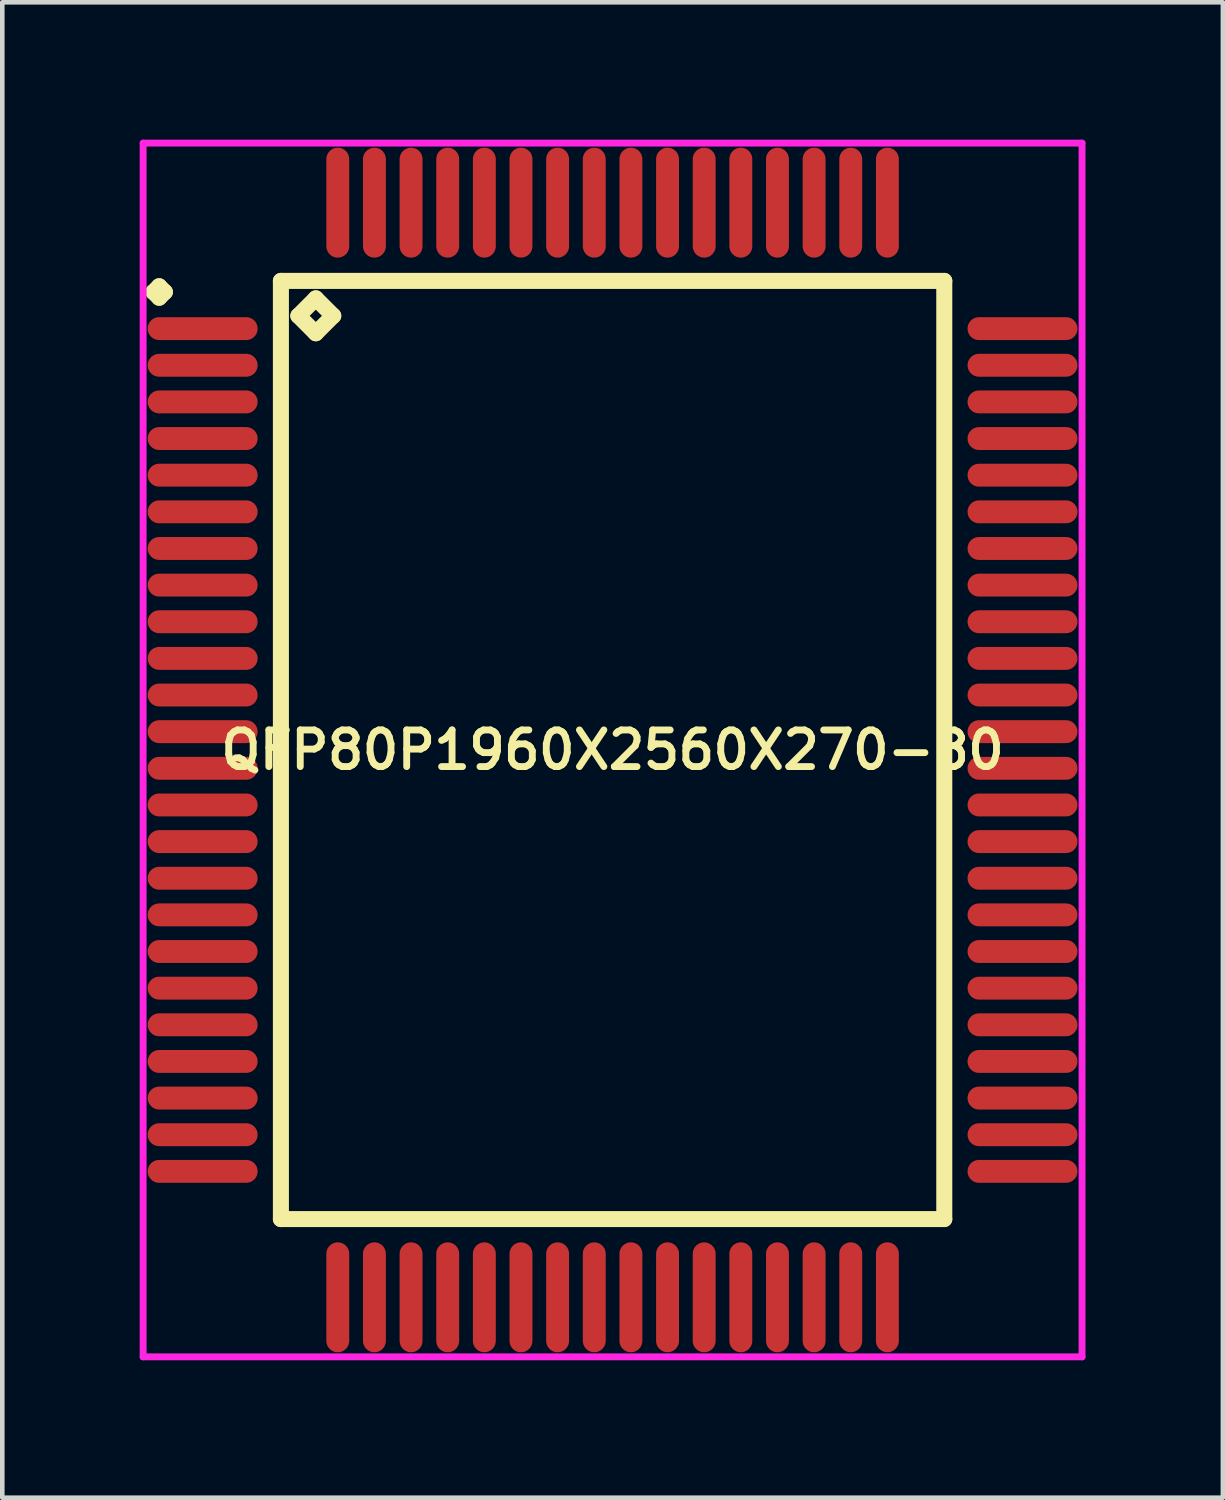
<source format=kicad_pcb>
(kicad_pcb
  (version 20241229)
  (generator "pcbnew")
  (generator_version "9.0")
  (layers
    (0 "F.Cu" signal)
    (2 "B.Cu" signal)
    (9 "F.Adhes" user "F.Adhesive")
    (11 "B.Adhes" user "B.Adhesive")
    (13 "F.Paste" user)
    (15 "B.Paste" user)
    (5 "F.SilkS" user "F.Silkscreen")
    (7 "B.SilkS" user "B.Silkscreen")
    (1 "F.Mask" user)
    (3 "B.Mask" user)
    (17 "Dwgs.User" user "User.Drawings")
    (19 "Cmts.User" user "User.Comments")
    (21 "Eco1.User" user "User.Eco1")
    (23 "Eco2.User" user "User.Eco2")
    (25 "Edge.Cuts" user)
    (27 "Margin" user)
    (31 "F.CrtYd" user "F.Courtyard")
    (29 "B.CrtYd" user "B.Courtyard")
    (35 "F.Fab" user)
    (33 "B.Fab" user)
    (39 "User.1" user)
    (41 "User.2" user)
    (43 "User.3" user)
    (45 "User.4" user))
  (footprint "QFP80P1960X2560X270-80"
    (layer "F.Cu")
    (at 10.325 13.325)
    (property "Reference" "QFP80P1960X2560X270-80" (at 0 0 0) (layer "F.SilkS") (effects (font (size 0.8 0.8) (thickness 0.15))))
    (attr through_hole)
    (fp_line (start -10.025 -10) (end -9.9 -10.125) (stroke (width 0.35) (type solid)) (layer "F.SilkS"))
    (fp_line (start -9.9 -10.125) (end -9.775 -10) (stroke (width 0.35) (type solid)) (layer "F.SilkS"))
    (fp_line (start -9.9 -9.875) (end -10.025 -10) (stroke (width 0.35) (type solid)) (layer "F.SilkS"))
    (fp_line (start -9.775 -10) (end -9.9 -9.875) (stroke (width 0.35) (type solid)) (layer "F.SilkS"))
    (fp_line (start -7.242 -10.242) (end -7.242 10.242) (stroke (width 0.35) (type solid)) (layer "F.SilkS"))
    (fp_line (start -7.242 10.242) (end 7.242 10.242) (stroke (width 0.35) (type solid)) (layer "F.SilkS"))
    (fp_line (start -6.861 -9.48) (end -6.48 -9.861) (stroke (width 0.35) (type solid)) (layer "F.SilkS"))
    (fp_line (start -6.48 -9.861) (end -6.099 -9.48) (stroke (width 0.35) (type solid)) (layer "F.SilkS"))
    (fp_line (start -6.48 -9.099) (end -6.861 -9.48) (stroke (width 0.35) (type solid)) (layer "F.SilkS"))
    (fp_line (start -6.099 -9.48) (end -6.48 -9.099) (stroke (width 0.35) (type solid)) (layer "F.SilkS"))
    (fp_line (start 7.242 -10.242) (end -7.242 -10.242) (stroke (width 0.35) (type solid)) (layer "F.SilkS"))
    (fp_line (start 7.242 10.242) (end 7.242 -10.242) (stroke (width 0.35) (type solid)) (layer "F.SilkS"))
    (fp_line (start -10.25 -13.25) (end 10.25 -13.25) (stroke (width 0.15) (type solid)) (layer "F.CrtYd"))
    (fp_line (start -10.25 13.25) (end -10.25 -13.25) (stroke (width 0.15) (type solid)) (layer "F.CrtYd"))
    (fp_line (start 10.25 -13.25) (end 10.25 13.25) (stroke (width 0.15) (type solid)) (layer "F.CrtYd"))
    (fp_line (start 10.25 13.25) (end -10.25 13.25) (stroke (width 0.15) (type solid)) (layer "F.CrtYd"))
    (pad "1" smd oval (at -8.95 -9.2) (size 2.4 0.5) (layers "F.Cu" "F.Mask" "F.Paste"))
    (pad "2" smd oval (at -8.95 -8.4) (size 2.4 0.5) (layers "F.Cu" "F.Mask" "F.Paste"))
    (pad "3" smd oval (at -8.95 -7.6) (size 2.4 0.5) (layers "F.Cu" "F.Mask" "F.Paste"))
    (pad "4" smd oval (at -8.95 -6.8) (size 2.4 0.5) (layers "F.Cu" "F.Mask" "F.Paste"))
    (pad "5" smd oval (at -8.95 -6) (size 2.4 0.5) (layers "F.Cu" "F.Mask" "F.Paste"))
    (pad "6" smd oval (at -8.95 -5.2) (size 2.4 0.5) (layers "F.Cu" "F.Mask" "F.Paste"))
    (pad "7" smd oval (at -8.95 -4.4) (size 2.4 0.5) (layers "F.Cu" "F.Mask" "F.Paste"))
    (pad "8" smd oval (at -8.95 -3.6) (size 2.4 0.5) (layers "F.Cu" "F.Mask" "F.Paste"))
    (pad "9" smd oval (at -8.95 -2.8) (size 2.4 0.5) (layers "F.Cu" "F.Mask" "F.Paste"))
    (pad "10" smd oval (at -8.95 -2) (size 2.4 0.5) (layers "F.Cu" "F.Mask" "F.Paste"))
    (pad "11" smd oval (at -8.95 -1.2) (size 2.4 0.5) (layers "F.Cu" "F.Mask" "F.Paste"))
    (pad "12" smd oval (at -8.95 -0.4) (size 2.4 0.5) (layers "F.Cu" "F.Mask" "F.Paste"))
    (pad "13" smd oval (at -8.95 0.4) (size 2.4 0.5) (layers "F.Cu" "F.Mask" "F.Paste"))
    (pad "14" smd oval (at -8.95 1.2) (size 2.4 0.5) (layers "F.Cu" "F.Mask" "F.Paste"))
    (pad "15" smd oval (at -8.95 2) (size 2.4 0.5) (layers "F.Cu" "F.Mask" "F.Paste"))
    (pad "16" smd oval (at -8.95 2.8) (size 2.4 0.5) (layers "F.Cu" "F.Mask" "F.Paste"))
    (pad "17" smd oval (at -8.95 3.6) (size 2.4 0.5) (layers "F.Cu" "F.Mask" "F.Paste"))
    (pad "18" smd oval (at -8.95 4.4) (size 2.4 0.5) (layers "F.Cu" "F.Mask" "F.Paste"))
    (pad "19" smd oval (at -8.95 5.2) (size 2.4 0.5) (layers "F.Cu" "F.Mask" "F.Paste"))
    (pad "20" smd oval (at -8.95 6) (size 2.4 0.5) (layers "F.Cu" "F.Mask" "F.Paste"))
    (pad "21" smd oval (at -8.95 6.8) (size 2.4 0.5) (layers "F.Cu" "F.Mask" "F.Paste"))
    (pad "22" smd oval (at -8.95 7.6) (size 2.4 0.5) (layers "F.Cu" "F.Mask" "F.Paste"))
    (pad "23" smd oval (at -8.95 8.4) (size 2.4 0.5) (layers "F.Cu" "F.Mask" "F.Paste"))
    (pad "24" smd oval (at -8.95 9.2) (size 2.4 0.5) (layers "F.Cu" "F.Mask" "F.Paste"))
    (pad "25" smd oval (at -6 11.95) (size 0.5 2.4) (layers "F.Cu" "F.Mask" "F.Paste"))
    (pad "26" smd oval (at -5.2 11.95) (size 0.5 2.4) (layers "F.Cu" "F.Mask" "F.Paste"))
    (pad "27" smd oval (at -4.4 11.95) (size 0.5 2.4) (layers "F.Cu" "F.Mask" "F.Paste"))
    (pad "28" smd oval (at -3.6 11.95) (size 0.5 2.4) (layers "F.Cu" "F.Mask" "F.Paste"))
    (pad "29" smd oval (at -2.8 11.95) (size 0.5 2.4) (layers "F.Cu" "F.Mask" "F.Paste"))
    (pad "30" smd oval (at -2 11.95) (size 0.5 2.4) (layers "F.Cu" "F.Mask" "F.Paste"))
    (pad "31" smd oval (at -1.2 11.95) (size 0.5 2.4) (layers "F.Cu" "F.Mask" "F.Paste"))
    (pad "32" smd oval (at -0.4 11.95) (size 0.5 2.4) (layers "F.Cu" "F.Mask" "F.Paste"))
    (pad "33" smd oval (at 0.4 11.95) (size 0.5 2.4) (layers "F.Cu" "F.Mask" "F.Paste"))
    (pad "34" smd oval (at 1.2 11.95) (size 0.5 2.4) (layers "F.Cu" "F.Mask" "F.Paste"))
    (pad "35" smd oval (at 2 11.95) (size 0.5 2.4) (layers "F.Cu" "F.Mask" "F.Paste"))
    (pad "36" smd oval (at 2.8 11.95) (size 0.5 2.4) (layers "F.Cu" "F.Mask" "F.Paste"))
    (pad "37" smd oval (at 3.6 11.95) (size 0.5 2.4) (layers "F.Cu" "F.Mask" "F.Paste"))
    (pad "38" smd oval (at 4.4 11.95) (size 0.5 2.4) (layers "F.Cu" "F.Mask" "F.Paste"))
    (pad "39" smd oval (at 5.2 11.95) (size 0.5 2.4) (layers "F.Cu" "F.Mask" "F.Paste"))
    (pad "40" smd oval (at 6 11.95) (size 0.5 2.4) (layers "F.Cu" "F.Mask" "F.Paste"))
    (pad "41" smd oval (at 8.95 9.2) (size 2.4 0.5) (layers "F.Cu" "F.Mask" "F.Paste"))
    (pad "42" smd oval (at 8.95 8.4) (size 2.4 0.5) (layers "F.Cu" "F.Mask" "F.Paste"))
    (pad "43" smd oval (at 8.95 7.6) (size 2.4 0.5) (layers "F.Cu" "F.Mask" "F.Paste"))
    (pad "44" smd oval (at 8.95 6.8) (size 2.4 0.5) (layers "F.Cu" "F.Mask" "F.Paste"))
    (pad "45" smd oval (at 8.95 6) (size 2.4 0.5) (layers "F.Cu" "F.Mask" "F.Paste"))
    (pad "46" smd oval (at 8.95 5.2) (size 2.4 0.5) (layers "F.Cu" "F.Mask" "F.Paste"))
    (pad "47" smd oval (at 8.95 4.4) (size 2.4 0.5) (layers "F.Cu" "F.Mask" "F.Paste"))
    (pad "48" smd oval (at 8.95 3.6) (size 2.4 0.5) (layers "F.Cu" "F.Mask" "F.Paste"))
    (pad "49" smd oval (at 8.95 2.8) (size 2.4 0.5) (layers "F.Cu" "F.Mask" "F.Paste"))
    (pad "50" smd oval (at 8.95 2) (size 2.4 0.5) (layers "F.Cu" "F.Mask" "F.Paste"))
    (pad "51" smd oval (at 8.95 1.2) (size 2.4 0.5) (layers "F.Cu" "F.Mask" "F.Paste"))
    (pad "52" smd oval (at 8.95 0.4) (size 2.4 0.5) (layers "F.Cu" "F.Mask" "F.Paste"))
    (pad "53" smd oval (at 8.95 -0.4) (size 2.4 0.5) (layers "F.Cu" "F.Mask" "F.Paste"))
    (pad "54" smd oval (at 8.95 -1.2) (size 2.4 0.5) (layers "F.Cu" "F.Mask" "F.Paste"))
    (pad "55" smd oval (at 8.95 -2) (size 2.4 0.5) (layers "F.Cu" "F.Mask" "F.Paste"))
    (pad "56" smd oval (at 8.95 -2.8) (size 2.4 0.5) (layers "F.Cu" "F.Mask" "F.Paste"))
    (pad "57" smd oval (at 8.95 -3.6) (size 2.4 0.5) (layers "F.Cu" "F.Mask" "F.Paste"))
    (pad "58" smd oval (at 8.95 -4.4) (size 2.4 0.5) (layers "F.Cu" "F.Mask" "F.Paste"))
    (pad "59" smd oval (at 8.95 -5.2) (size 2.4 0.5) (layers "F.Cu" "F.Mask" "F.Paste"))
    (pad "60" smd oval (at 8.95 -6) (size 2.4 0.5) (layers "F.Cu" "F.Mask" "F.Paste"))
    (pad "61" smd oval (at 8.95 -6.8) (size 2.4 0.5) (layers "F.Cu" "F.Mask" "F.Paste"))
    (pad "62" smd oval (at 8.95 -7.6) (size 2.4 0.5) (layers "F.Cu" "F.Mask" "F.Paste"))
    (pad "63" smd oval (at 8.95 -8.4) (size 2.4 0.5) (layers "F.Cu" "F.Mask" "F.Paste"))
    (pad "64" smd oval (at 8.95 -9.2) (size 2.4 0.5) (layers "F.Cu" "F.Mask" "F.Paste"))
    (pad "65" smd oval (at 6 -11.95) (size 0.5 2.4) (layers "F.Cu" "F.Mask" "F.Paste"))
    (pad "66" smd oval (at 5.2 -11.95) (size 0.5 2.4) (layers "F.Cu" "F.Mask" "F.Paste"))
    (pad "67" smd oval (at 4.4 -11.95) (size 0.5 2.4) (layers "F.Cu" "F.Mask" "F.Paste"))
    (pad "68" smd oval (at 3.6 -11.95) (size 0.5 2.4) (layers "F.Cu" "F.Mask" "F.Paste"))
    (pad "69" smd oval (at 2.8 -11.95) (size 0.5 2.4) (layers "F.Cu" "F.Mask" "F.Paste"))
    (pad "70" smd oval (at 2 -11.95) (size 0.5 2.4) (layers "F.Cu" "F.Mask" "F.Paste"))
    (pad "71" smd oval (at 1.2 -11.95) (size 0.5 2.4) (layers "F.Cu" "F.Mask" "F.Paste"))
    (pad "72" smd oval (at 0.4 -11.95) (size 0.5 2.4) (layers "F.Cu" "F.Mask" "F.Paste"))
    (pad "73" smd oval (at -0.4 -11.95) (size 0.5 2.4) (layers "F.Cu" "F.Mask" "F.Paste"))
    (pad "74" smd oval (at -1.2 -11.95) (size 0.5 2.4) (layers "F.Cu" "F.Mask" "F.Paste"))
    (pad "75" smd oval (at -2 -11.95) (size 0.5 2.4) (layers "F.Cu" "F.Mask" "F.Paste"))
    (pad "76" smd oval (at -2.8 -11.95) (size 0.5 2.4) (layers "F.Cu" "F.Mask" "F.Paste"))
    (pad "77" smd oval (at -3.6 -11.95) (size 0.5 2.4) (layers "F.Cu" "F.Mask" "F.Paste"))
    (pad "78" smd oval (at -4.4 -11.95) (size 0.5 2.4) (layers "F.Cu" "F.Mask" "F.Paste"))
    (pad "79" smd oval (at -5.2 -11.95) (size 0.5 2.4) (layers "F.Cu" "F.Mask" "F.Paste"))
    (pad "80" smd oval (at -6 -11.95) (size 0.5 2.4) (layers "F.Cu" "F.Mask" "F.Paste")))
  (gr_rect
    (start -3 -3)
    (end 23.65 29.65)
    (stroke (width 0.1) (type default))
    (fill no)
    (layer "Edge.Cuts")))
</source>
